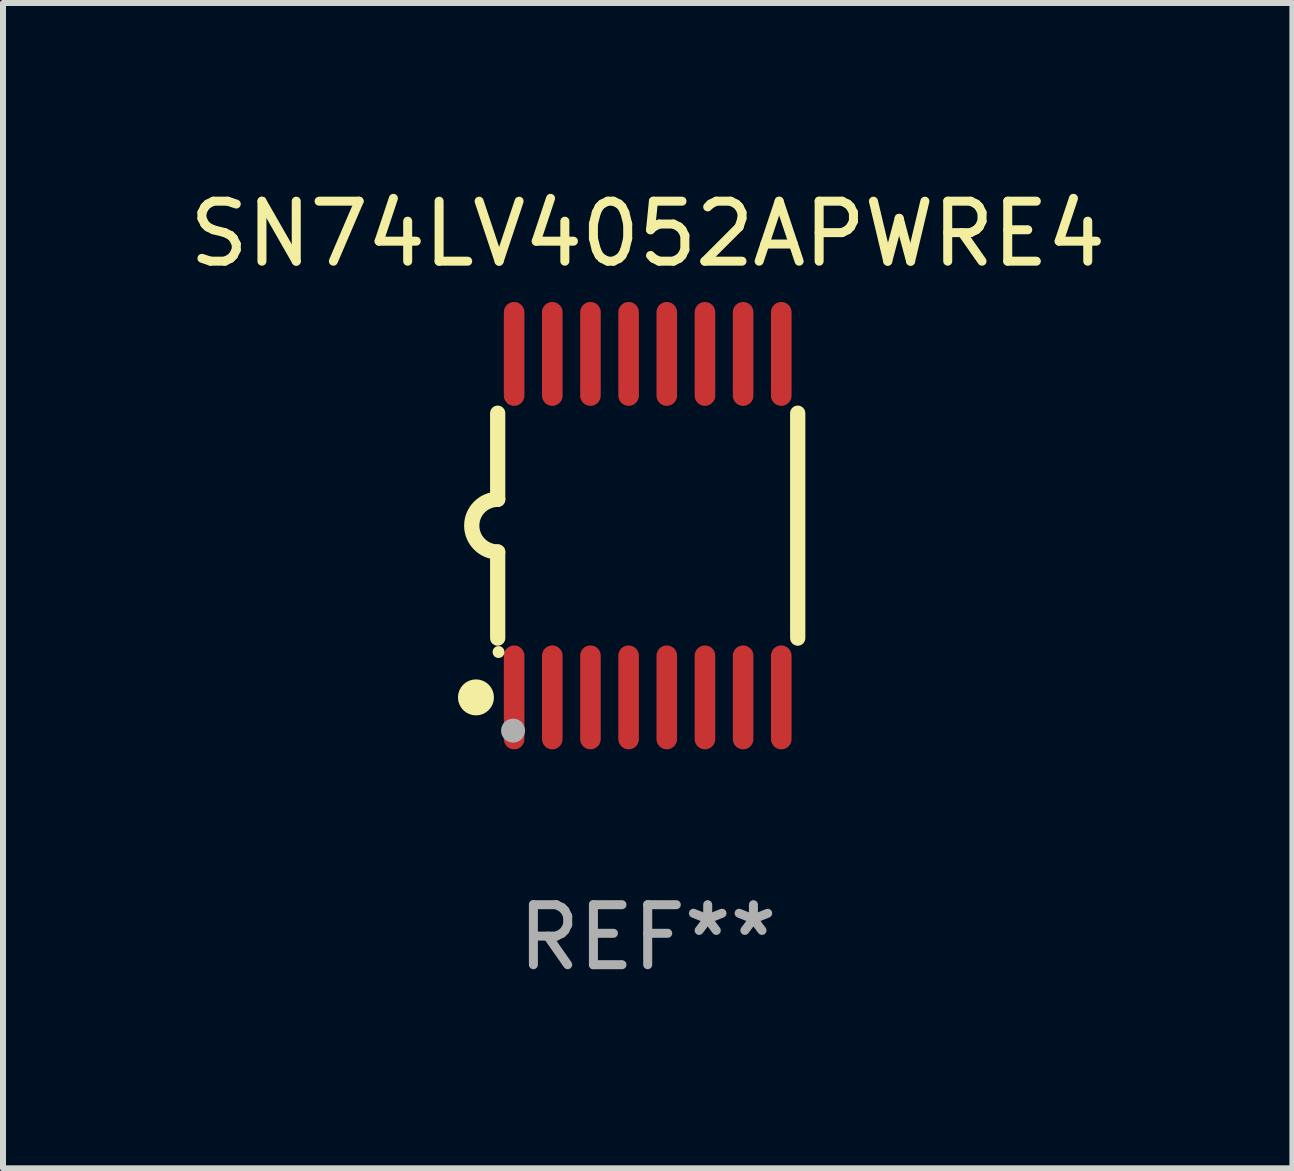
<source format=kicad_pcb>
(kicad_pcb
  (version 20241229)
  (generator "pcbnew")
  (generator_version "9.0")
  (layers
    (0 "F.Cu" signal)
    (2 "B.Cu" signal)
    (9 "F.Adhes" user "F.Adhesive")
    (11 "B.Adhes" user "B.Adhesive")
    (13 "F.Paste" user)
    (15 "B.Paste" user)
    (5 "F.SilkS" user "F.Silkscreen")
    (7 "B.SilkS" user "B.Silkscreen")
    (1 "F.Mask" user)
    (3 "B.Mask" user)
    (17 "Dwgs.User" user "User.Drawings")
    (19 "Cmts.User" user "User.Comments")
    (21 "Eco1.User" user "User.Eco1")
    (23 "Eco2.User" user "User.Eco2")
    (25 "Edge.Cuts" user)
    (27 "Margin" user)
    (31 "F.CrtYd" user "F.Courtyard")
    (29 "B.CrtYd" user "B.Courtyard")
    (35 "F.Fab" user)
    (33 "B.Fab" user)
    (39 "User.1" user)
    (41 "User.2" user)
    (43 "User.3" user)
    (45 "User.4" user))
  (footprint "SN74LV4052APWRE4"
    (layer "F.Cu")
    (at 7.744 5.71)
    (property "Reference" "SN74LV4052APWRE4" (at 0 -4.862 0) (layer "F.SilkS") (effects (font (size 1 1) (thickness 0.15))))
    (attr through_hole)
    (fp_line (start -2.5 -1.874) (end -2.5 -0.439) (stroke (width 0.254) (type solid)) (layer "F.SilkS"))
    (fp_line (start -2.5 1.874) (end -2.5 0.439) (stroke (width 0.254) (type solid)) (layer "F.SilkS"))
    (fp_line (start 2.5 -1.874) (end 2.5 1.874) (stroke (width 0.254) (type solid)) (layer "F.SilkS"))
    (fp_arc (start -2.5 0.438989) (mid -2.938633 -0.000597) (end -2.499365 -0.439547) (stroke (width 0.254001) (type solid)) (layer "F.SilkS"))
    (fp_circle (center -2.862 2.862) (end -2.712 2.862) (stroke (width 0.3) (type solid)) (fill no) (layer "F.SilkS"))
    (fp_circle (center -2.486 2.106) (end -2.436 2.106) (stroke (width 0.1) (type solid)) (fill no) (layer "F.SilkS"))
    (fp_circle (center -2.244 3.416) (end -2.144 3.416) (stroke (width 0.2) (type solid)) (fill no) (layer "F.Fab"))
    (fp_text user "REF**" (at 0 6.862 0) (layer "F.Fab") (effects (font (size 1 1) (thickness 0.15))))
    (pad "1" smd oval (at -2.226 2.862) (size 0.343 1.731) (layers "F.Cu" "F.Mask" "F.Paste"))
    (pad "2" smd oval (at -1.59 2.862) (size 0.343 1.731) (layers "F.Cu" "F.Mask" "F.Paste"))
    (pad "3" smd oval (at -0.954 2.862) (size 0.343 1.731) (layers "F.Cu" "F.Mask" "F.Paste"))
    (pad "4" smd oval (at -0.318 2.862) (size 0.343 1.731) (layers "F.Cu" "F.Mask" "F.Paste"))
    (pad "5" smd oval (at 0.318 2.862) (size 0.343 1.731) (layers "F.Cu" "F.Mask" "F.Paste"))
    (pad "6" smd oval (at 0.954 2.862) (size 0.343 1.731) (layers "F.Cu" "F.Mask" "F.Paste"))
    (pad "7" smd oval (at 1.59 2.862) (size 0.343 1.731) (layers "F.Cu" "F.Mask" "F.Paste"))
    (pad "8" smd oval (at 2.226 2.862) (size 0.343 1.731) (layers "F.Cu" "F.Mask" "F.Paste"))
    (pad "9" smd oval (at 2.226 -2.862) (size 0.343 1.731) (layers "F.Cu" "F.Mask" "F.Paste"))
    (pad "10" smd oval (at 1.59 -2.862) (size 0.343 1.731) (layers "F.Cu" "F.Mask" "F.Paste"))
    (pad "11" smd oval (at 0.954 -2.862) (size 0.343 1.731) (layers "F.Cu" "F.Mask" "F.Paste"))
    (pad "12" smd oval (at 0.318 -2.862) (size 0.343 1.731) (layers "F.Cu" "F.Mask" "F.Paste"))
    (pad "13" smd oval (at -0.318 -2.862) (size 0.343 1.731) (layers "F.Cu" "F.Mask" "F.Paste"))
    (pad "14" smd oval (at -0.954 -2.862) (size 0.343 1.731) (layers "F.Cu" "F.Mask" "F.Paste"))
    (pad "15" smd oval (at -1.59 -2.862) (size 0.343 1.731) (layers "F.Cu" "F.Mask" "F.Paste"))
    (pad "16" smd oval (at -2.226 -2.862) (size 0.343 1.731) (layers "F.Cu" "F.Mask" "F.Paste")))
  (gr_rect
    (start -3 -3)
    (end 18.488 16.42)
    (stroke (width 0.1) (type default))
    (fill no)
    (layer "Edge.Cuts")))
</source>
